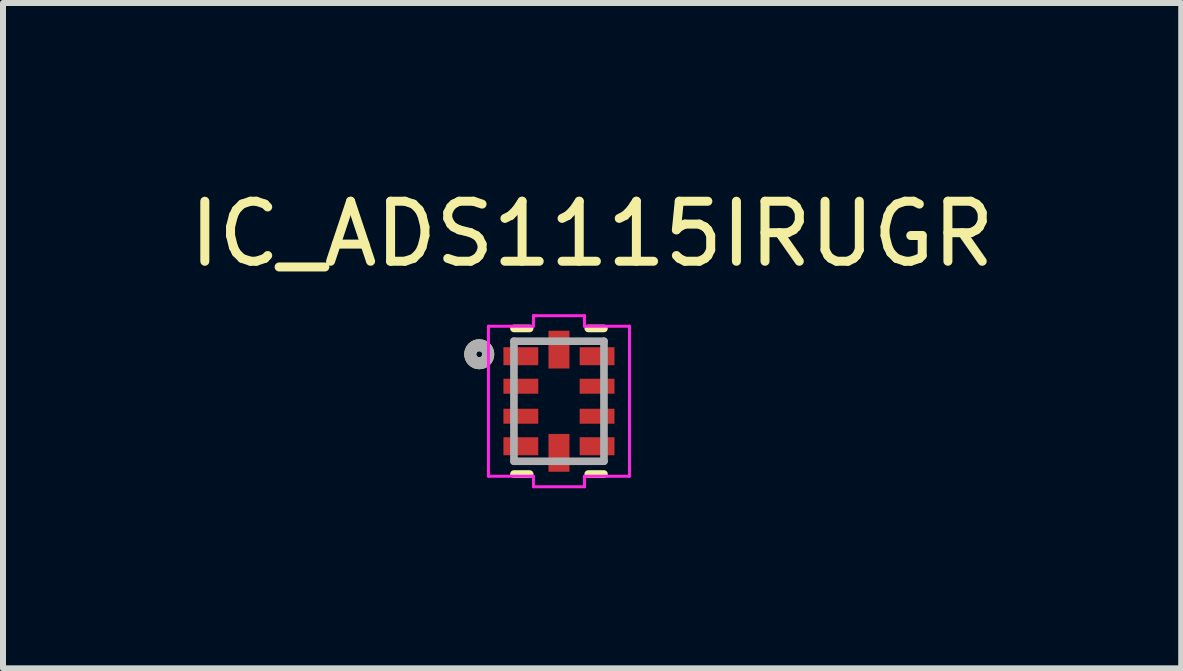
<source format=kicad_pcb>
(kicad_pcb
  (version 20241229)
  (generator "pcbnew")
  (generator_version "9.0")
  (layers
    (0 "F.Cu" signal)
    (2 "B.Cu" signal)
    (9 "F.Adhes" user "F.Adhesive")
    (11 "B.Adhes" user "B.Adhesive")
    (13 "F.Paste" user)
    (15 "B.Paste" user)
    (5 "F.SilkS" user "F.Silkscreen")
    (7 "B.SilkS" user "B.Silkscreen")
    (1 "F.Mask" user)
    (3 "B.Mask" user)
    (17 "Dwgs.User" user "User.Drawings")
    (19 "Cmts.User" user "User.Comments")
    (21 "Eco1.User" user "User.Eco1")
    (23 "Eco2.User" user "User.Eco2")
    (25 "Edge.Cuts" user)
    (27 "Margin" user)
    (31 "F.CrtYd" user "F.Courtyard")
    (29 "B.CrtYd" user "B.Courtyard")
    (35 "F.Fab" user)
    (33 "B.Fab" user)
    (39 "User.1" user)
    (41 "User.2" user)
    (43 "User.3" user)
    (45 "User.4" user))
  (footprint "IC_ADS1115IRUGR"
    (layer "F.Cu")
    (at 6.263 3.635)
    (property "Reference" "IC_ADS1115IRUGR" (at 0.552 -2.787 0) (layer "F.SilkS") (effects (font (size 1 1) (thickness 0.15))))
    (attr smd)
    (fp_line (start -0.488 -1.213) (end -0.75 -1.213) (stroke (width 0.127) (type solid)) (layer "F.SilkS"))
    (fp_line (start -0.488 1.213) (end -0.75 1.213) (stroke (width 0.127) (type solid)) (layer "F.SilkS"))
    (fp_line (start 0.75 -1.213) (end 0.488 -1.213) (stroke (width 0.127) (type solid)) (layer "F.SilkS"))
    (fp_line (start 0.75 1.213) (end 0.488 1.213) (stroke (width 0.127) (type solid)) (layer "F.SilkS"))
    (fp_circle (center -1.328 -0.783) (end -1.278 -0.783) (stroke (width 0.2) (type solid)) (fill no) (layer "F.SilkS"))
    (fp_poly (pts (xy -0.76 -1.015) (xy -0.51 -1.015) (xy -0.51 -0.485) (xy -0.76 -0.485)) (stroke (width 0.01) (type solid)) (fill yes) (layer "F.Paste"))
    (fp_poly (pts (xy -0.76 -0.515) (xy -0.51 -0.515) (xy -0.51 0.015) (xy -0.76 0.015)) (stroke (width 0.01) (type solid)) (fill yes) (layer "F.Paste"))
    (fp_poly (pts (xy -0.76 -0.015) (xy -0.51 -0.015) (xy -0.51 0.515) (xy -0.76 0.515)) (stroke (width 0.01) (type solid)) (fill yes) (layer "F.Paste"))
    (fp_poly (pts (xy -0.76 0.485) (xy -0.51 0.485) (xy -0.51 1.015) (xy -0.76 1.015)) (stroke (width 0.01) (type solid)) (fill yes) (layer "F.Paste"))
    (fp_poly (pts (xy -0.29 -1.01) (xy 0.29 -1.01) (xy 0.29 -0.71) (xy -0.29 -0.71)) (stroke (width 0.01) (type solid)) (fill yes) (layer "F.Paste"))
    (fp_poly (pts (xy -0.29 0.71) (xy 0.29 0.71) (xy 0.29 1.01) (xy -0.29 1.01)) (stroke (width 0.01) (type solid)) (fill yes) (layer "F.Paste"))
    (fp_poly (pts (xy 0.51 -1.015) (xy 0.76 -1.015) (xy 0.76 -0.485) (xy 0.51 -0.485)) (stroke (width 0.01) (type solid)) (fill yes) (layer "F.Paste"))
    (fp_poly (pts (xy 0.51 -0.515) (xy 0.76 -0.515) (xy 0.76 0.015) (xy 0.51 0.015)) (stroke (width 0.01) (type solid)) (fill yes) (layer "F.Paste"))
    (fp_poly (pts (xy 0.51 -0.015) (xy 0.76 -0.015) (xy 0.76 0.515) (xy 0.51 0.515)) (stroke (width 0.01) (type solid)) (fill yes) (layer "F.Paste"))
    (fp_poly (pts (xy 0.51 0.485) (xy 0.76 0.485) (xy 0.76 1.015) (xy 0.51 1.015)) (stroke (width 0.01) (type solid)) (fill yes) (layer "F.Paste"))
    (fp_line (start -1.175 -1.25) (end -0.425 -1.25) (stroke (width 0.05) (type solid)) (layer "F.CrtYd"))
    (fp_line (start -1.175 1.25) (end -1.175 -1.25) (stroke (width 0.05) (type solid)) (layer "F.CrtYd"))
    (fp_line (start -0.425 -1.425) (end 0.425 -1.425) (stroke (width 0.05) (type solid)) (layer "F.CrtYd"))
    (fp_line (start -0.425 -1.25) (end -0.425 -1.425) (stroke (width 0.05) (type solid)) (layer "F.CrtYd"))
    (fp_line (start -0.425 1.25) (end -1.175 1.25) (stroke (width 0.05) (type solid)) (layer "F.CrtYd"))
    (fp_line (start -0.425 1.425) (end -0.425 1.25) (stroke (width 0.05) (type solid)) (layer "F.CrtYd"))
    (fp_line (start 0.425 -1.425) (end 0.425 -1.25) (stroke (width 0.05) (type solid)) (layer "F.CrtYd"))
    (fp_line (start 0.425 -1.25) (end 1.175 -1.25) (stroke (width 0.05) (type solid)) (layer "F.CrtYd"))
    (fp_line (start 0.425 1.25) (end 0.425 1.425) (stroke (width 0.05) (type solid)) (layer "F.CrtYd"))
    (fp_line (start 0.425 1.425) (end -0.425 1.425) (stroke (width 0.05) (type solid)) (layer "F.CrtYd"))
    (fp_line (start 1.175 -1.25) (end 1.175 1.25) (stroke (width 0.05) (type solid)) (layer "F.CrtYd"))
    (fp_line (start 1.175 1.25) (end 0.425 1.25) (stroke (width 0.05) (type solid)) (layer "F.CrtYd"))
    (fp_line (start -0.75 -1) (end -0.75 1) (stroke (width 0.127) (type solid)) (layer "F.Fab"))
    (fp_line (start -0.75 1) (end 0.75 1) (stroke (width 0.127) (type solid)) (layer "F.Fab"))
    (fp_line (start 0.75 -1) (end -0.75 -1) (stroke (width 0.127) (type solid)) (layer "F.Fab"))
    (fp_line (start 0.75 1) (end 0.75 -1) (stroke (width 0.127) (type solid)) (layer "F.Fab"))
    (fp_circle (center -1.328 -0.783) (end -1.278 -0.783) (stroke (width 0.2) (type solid)) (fill no) (layer "F.Fab"))
    (pad "1" smd rect (at -0.635 -0.75 270) (size 0.3 0.58) (layers "F.Cu" "F.Mask"))
    (pad "2" smd rect (at -0.635 -0.25 270) (size 0.25 0.58) (layers "F.Cu" "F.Mask"))
    (pad "3" smd rect (at -0.635 0.25 270) (size 0.25 0.58) (layers "F.Cu" "F.Mask"))
    (pad "4" smd rect (at -0.635 0.75 270) (size 0.3 0.58) (layers "F.Cu" "F.Mask"))
    (pad "5" smd rect (at 0 0.86 270) (size 0.63 0.35) (layers "F.Cu" "F.Mask"))
    (pad "6" smd rect (at 0.635 0.75 270) (size 0.3 0.58) (layers "F.Cu" "F.Mask"))
    (pad "7" smd rect (at 0.635 0.25 270) (size 0.25 0.58) (layers "F.Cu" "F.Mask"))
    (pad "8" smd rect (at 0.635 -0.25 270) (size 0.25 0.58) (layers "F.Cu" "F.Mask"))
    (pad "9" smd rect (at 0.635 -0.75 270) (size 0.3 0.58) (layers "F.Cu" "F.Mask"))
    (pad "10" smd rect (at 0 -0.86 270) (size 0.63 0.35) (layers "F.Cu" "F.Mask")))
  (gr_rect
    (start -3 -3)
    (end 16.631 8.085)
    (stroke (width 0.1) (type default))
    (fill no)
    (layer "Edge.Cuts")))
</source>
